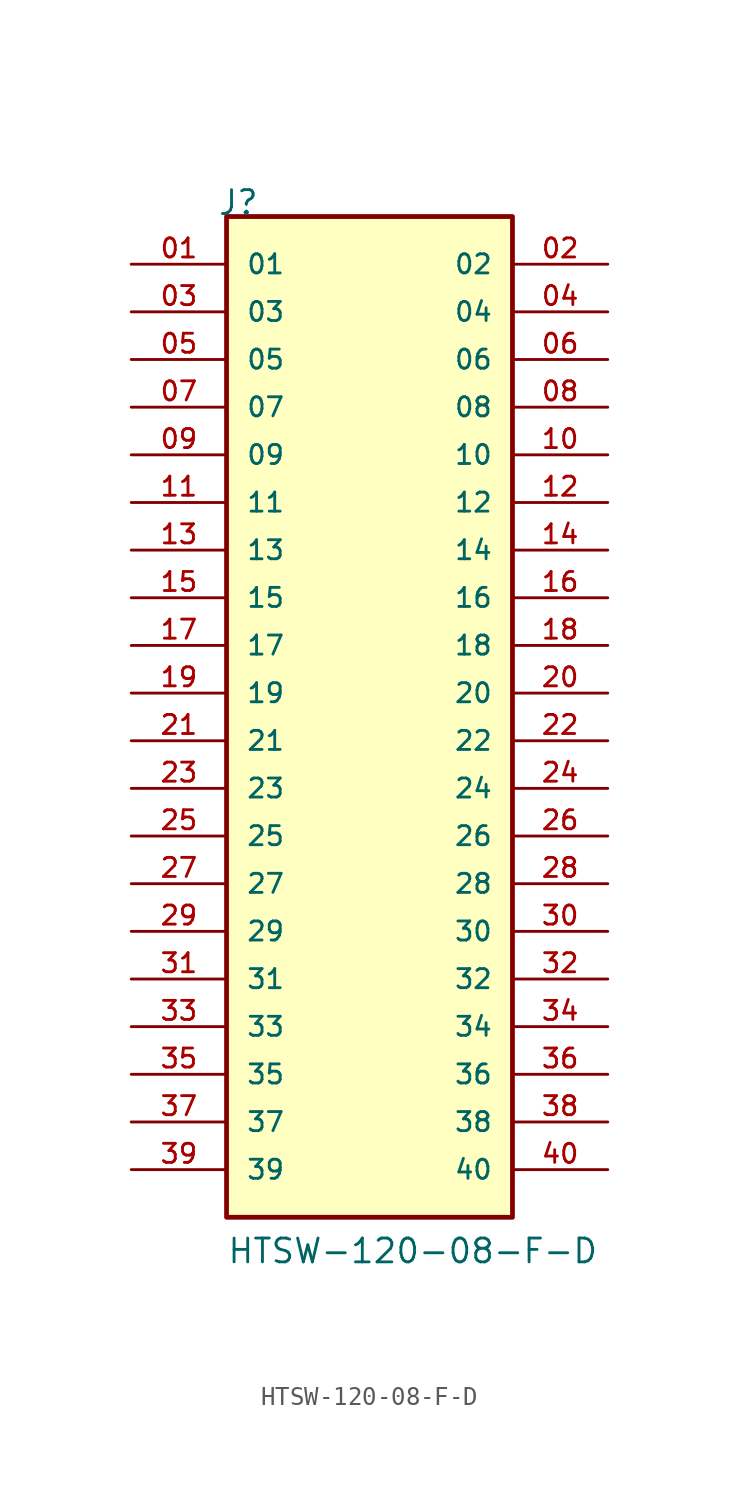
<source format=kicad_sym>
(kicad_symbol_lib
  (version 20211014)
  (generator kicad_symbol_editor)
  (symbol "HTSW-120-08-F-D"
    (pin_names
      (offset 1.016))
    (property "Reference" "J"
      (at -8.12 27.94 0)
      (effects (font (size 1.27 1.27)) (justify bottom left)))
    (property "Value" "HTSW-120-08-F-D"
      (at -7.62 -27.94 0)
      (effects (font (size 1.27 1.27)) (justify bottom left)))
    (symbol "HTSW-120-08-F-D_0_0"
      (rectangle (start -7.62 -25.4) (end 7.62 27.94) (stroke (width 0.254)) (fill (type background)))
      (pin passive line (at -12.7 25.4 0) (length 5.08) (name "01" (effects (font (size 1.016 1.016)))) (number "01" (effects (font (size 1.016 1.016)))))
      (pin passive line (at 12.7 25.4 180.0) (length 5.08) (name "02" (effects (font (size 1.016 1.016)))) (number "02" (effects (font (size 1.016 1.016)))))
      (pin passive line (at -12.7 22.86 0) (length 5.08) (name "03" (effects (font (size 1.016 1.016)))) (number "03" (effects (font (size 1.016 1.016)))))
      (pin passive line (at 12.7 22.86 180.0) (length 5.08) (name "04" (effects (font (size 1.016 1.016)))) (number "04" (effects (font (size 1.016 1.016)))))
      (pin passive line (at -12.7 20.32 0) (length 5.08) (name "05" (effects (font (size 1.016 1.016)))) (number "05" (effects (font (size 1.016 1.016)))))
      (pin passive line (at 12.7 20.32 180.0) (length 5.08) (name "06" (effects (font (size 1.016 1.016)))) (number "06" (effects (font (size 1.016 1.016)))))
      (pin passive line (at -12.7 17.78 0) (length 5.08) (name "07" (effects (font (size 1.016 1.016)))) (number "07" (effects (font (size 1.016 1.016)))))
      (pin passive line (at 12.7 17.78 180.0) (length 5.08) (name "08" (effects (font (size 1.016 1.016)))) (number "08" (effects (font (size 1.016 1.016)))))
      (pin passive line (at -12.7 15.24 0) (length 5.08) (name "09" (effects (font (size 1.016 1.016)))) (number "09" (effects (font (size 1.016 1.016)))))
      (pin passive line (at 12.7 15.24 180.0) (length 5.08) (name "10" (effects (font (size 1.016 1.016)))) (number "10" (effects (font (size 1.016 1.016)))))
      (pin passive line (at -12.7 12.7 0) (length 5.08) (name "11" (effects (font (size 1.016 1.016)))) (number "11" (effects (font (size 1.016 1.016)))))
      (pin passive line (at 12.7 12.7 180.0) (length 5.08) (name "12" (effects (font (size 1.016 1.016)))) (number "12" (effects (font (size 1.016 1.016)))))
      (pin passive line (at -12.7 10.16 0) (length 5.08) (name "13" (effects (font (size 1.016 1.016)))) (number "13" (effects (font (size 1.016 1.016)))))
      (pin passive line (at 12.7 10.16 180.0) (length 5.08) (name "14" (effects (font (size 1.016 1.016)))) (number "14" (effects (font (size 1.016 1.016)))))
      (pin passive line (at -12.7 7.62 0) (length 5.08) (name "15" (effects (font (size 1.016 1.016)))) (number "15" (effects (font (size 1.016 1.016)))))
      (pin passive line (at 12.7 7.62 180.0) (length 5.08) (name "16" (effects (font (size 1.016 1.016)))) (number "16" (effects (font (size 1.016 1.016)))))
      (pin passive line (at -12.7 5.08 0) (length 5.08) (name "17" (effects (font (size 1.016 1.016)))) (number "17" (effects (font (size 1.016 1.016)))))
      (pin passive line (at 12.7 5.08 180.0) (length 5.08) (name "18" (effects (font (size 1.016 1.016)))) (number "18" (effects (font (size 1.016 1.016)))))
      (pin passive line (at -12.7 2.54 0) (length 5.08) (name "19" (effects (font (size 1.016 1.016)))) (number "19" (effects (font (size 1.016 1.016)))))
      (pin passive line (at 12.7 2.54 180.0) (length 5.08) (name "20" (effects (font (size 1.016 1.016)))) (number "20" (effects (font (size 1.016 1.016)))))
      (pin passive line (at -12.7 0.0 0) (length 5.08) (name "21" (effects (font (size 1.016 1.016)))) (number "21" (effects (font (size 1.016 1.016)))))
      (pin passive line (at 12.7 0.0 180.0) (length 5.08) (name "22" (effects (font (size 1.016 1.016)))) (number "22" (effects (font (size 1.016 1.016)))))
      (pin passive line (at -12.7 -2.54 0) (length 5.08) (name "23" (effects (font (size 1.016 1.016)))) (number "23" (effects (font (size 1.016 1.016)))))
      (pin passive line (at 12.7 -2.54 180.0) (length 5.08) (name "24" (effects (font (size 1.016 1.016)))) (number "24" (effects (font (size 1.016 1.016)))))
      (pin passive line (at -12.7 -5.08 0) (length 5.08) (name "25" (effects (font (size 1.016 1.016)))) (number "25" (effects (font (size 1.016 1.016)))))
      (pin passive line (at 12.7 -5.08 180.0) (length 5.08) (name "26" (effects (font (size 1.016 1.016)))) (number "26" (effects (font (size 1.016 1.016)))))
      (pin passive line (at -12.7 -7.62 0) (length 5.08) (name "27" (effects (font (size 1.016 1.016)))) (number "27" (effects (font (size 1.016 1.016)))))
      (pin passive line (at 12.7 -7.62 180.0) (length 5.08) (name "28" (effects (font (size 1.016 1.016)))) (number "28" (effects (font (size 1.016 1.016)))))
      (pin passive line (at -12.7 -10.16 0) (length 5.08) (name "29" (effects (font (size 1.016 1.016)))) (number "29" (effects (font (size 1.016 1.016)))))
      (pin passive line (at 12.7 -10.16 180.0) (length 5.08) (name "30" (effects (font (size 1.016 1.016)))) (number "30" (effects (font (size 1.016 1.016)))))
      (pin passive line (at -12.7 -12.7 0) (length 5.08) (name "31" (effects (font (size 1.016 1.016)))) (number "31" (effects (font (size 1.016 1.016)))))
      (pin passive line (at 12.7 -12.7 180.0) (length 5.08) (name "32" (effects (font (size 1.016 1.016)))) (number "32" (effects (font (size 1.016 1.016)))))
      (pin passive line (at -12.7 -15.24 0) (length 5.08) (name "33" (effects (font (size 1.016 1.016)))) (number "33" (effects (font (size 1.016 1.016)))))
      (pin passive line (at 12.7 -15.24 180.0) (length 5.08) (name "34" (effects (font (size 1.016 1.016)))) (number "34" (effects (font (size 1.016 1.016)))))
      (pin passive line (at -12.7 -17.78 0) (length 5.08) (name "35" (effects (font (size 1.016 1.016)))) (number "35" (effects (font (size 1.016 1.016)))))
      (pin passive line (at 12.7 -17.78 180.0) (length 5.08) (name "36" (effects (font (size 1.016 1.016)))) (number "36" (effects (font (size 1.016 1.016)))))
      (pin passive line (at -12.7 -20.32 0) (length 5.08) (name "37" (effects (font (size 1.016 1.016)))) (number "37" (effects (font (size 1.016 1.016)))))
      (pin passive line (at 12.7 -20.32 180.0) (length 5.08) (name "38" (effects (font (size 1.016 1.016)))) (number "38" (effects (font (size 1.016 1.016)))))
      (pin passive line (at -12.7 -22.86 0) (length 5.08) (name "39" (effects (font (size 1.016 1.016)))) (number "39" (effects (font (size 1.016 1.016)))))
      (pin passive line (at 12.7 -22.86 180.0) (length 5.08) (name "40" (effects (font (size 1.016 1.016)))) (number "40" (effects (font (size 1.016 1.016))))))))
</source>
